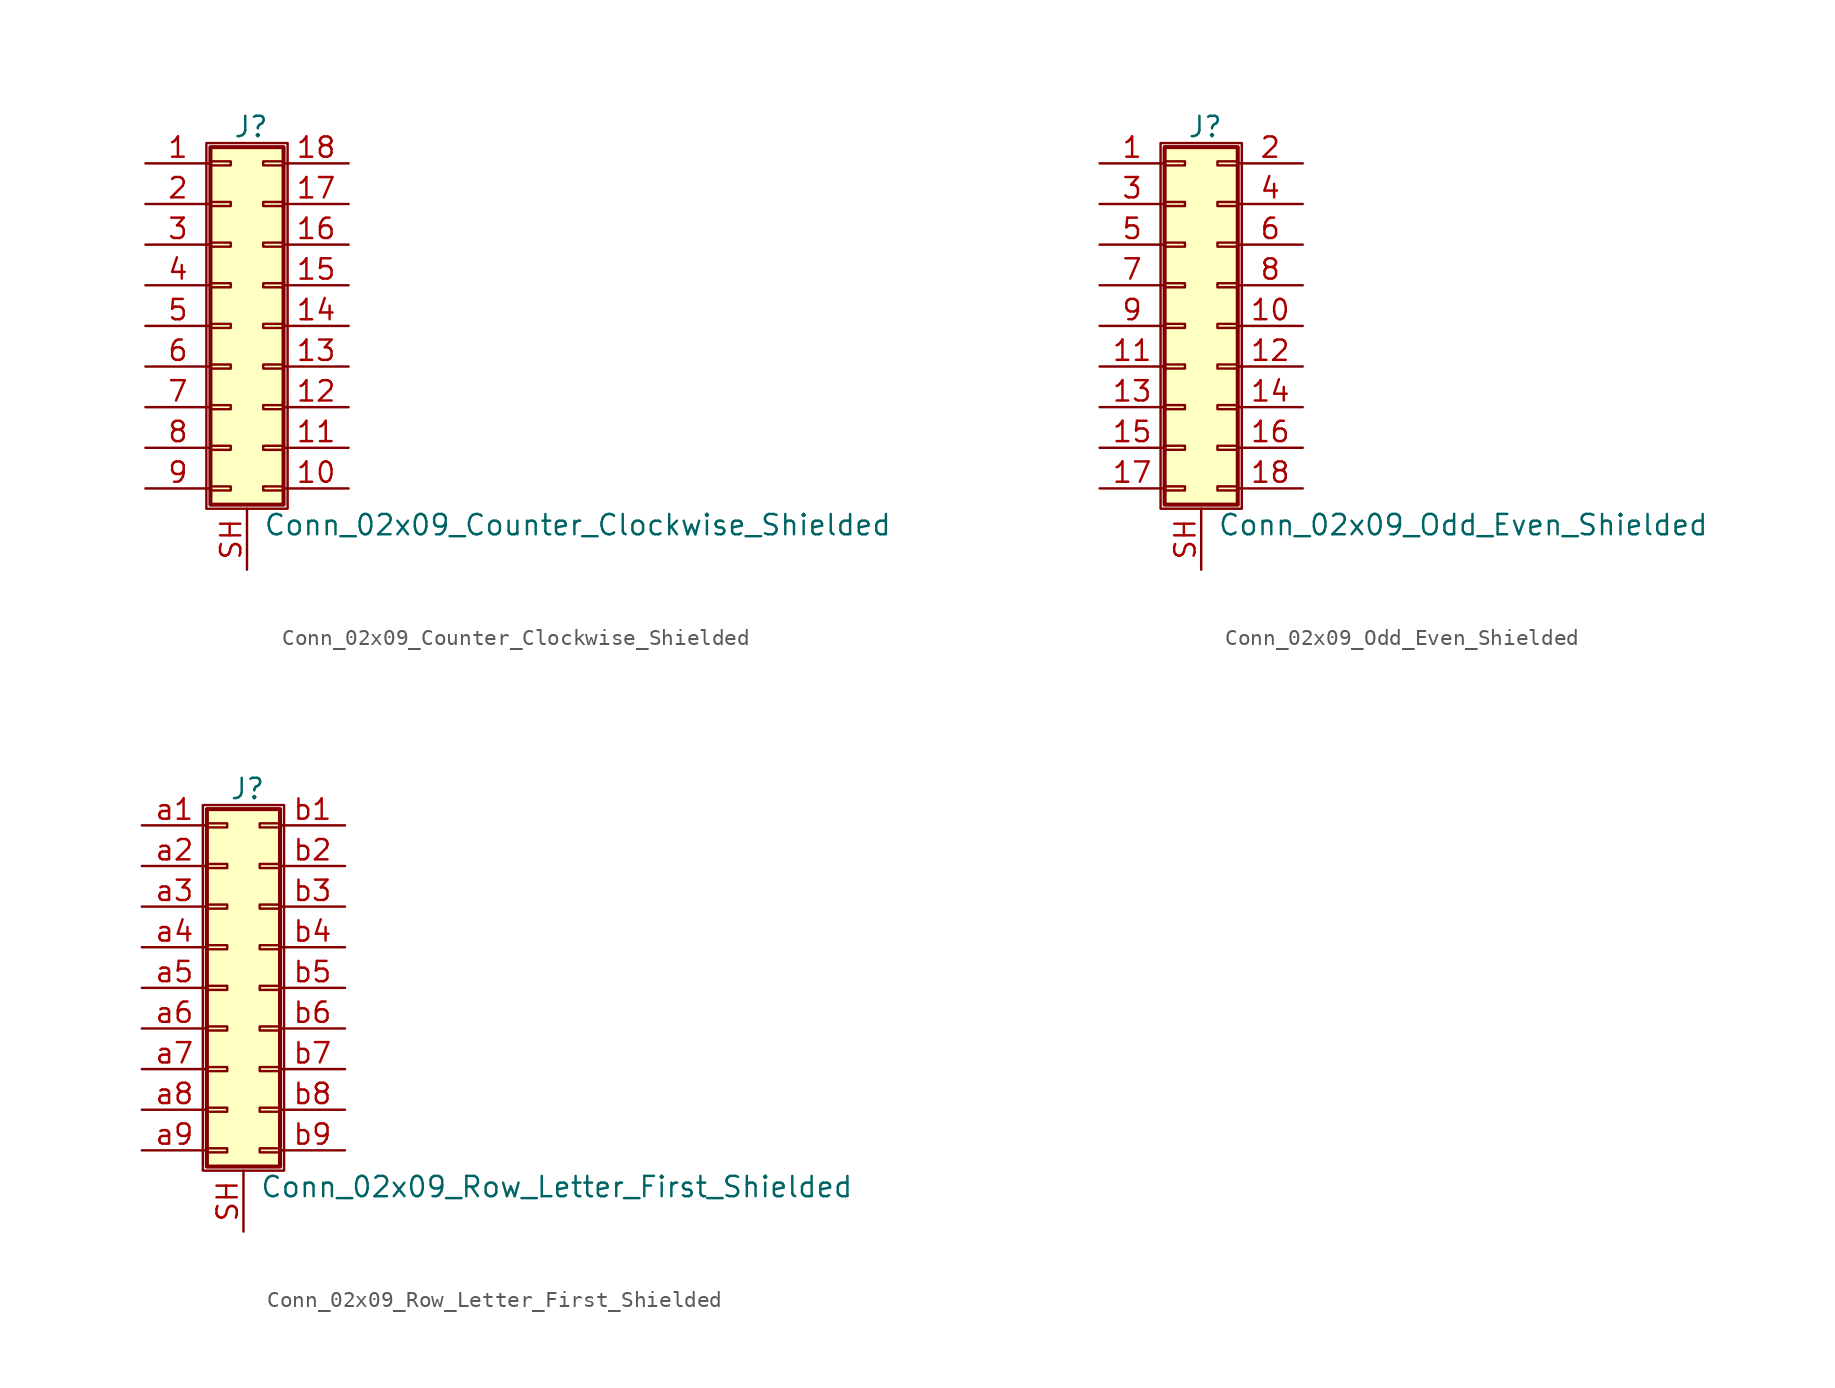
<source format=kicad_sym>
(kicad_symbol_lib
  (version 20201005)
  (generator kicad_symbol_editor)
  (symbol "Conn_02x09_Counter_Clockwise_Shielded"
    (pin_names
      (offset 1.016) hide)
    (property "Reference" "J"
      (at 1.524 12.446 0)
      (effects (font (size 1.27 1.27))))
    (property "Value" "Conn_02x09_Counter_Clockwise_Shielded"
      (at 2.286 -12.446 0)
      (effects (font (size 1.27 1.27)) (justify left)))
    (symbol "Conn_02x09_Counter_Clockwise_Shielded_1_1"
      (rectangle (start -1.27 11.43) (end 3.81 -11.43) (stroke (width 0.152)) (fill (type none)))
      (rectangle (start -1.016 -10.033) (end 0.254 -10.287) (stroke (width 0.152)) (fill (type none)))
      (rectangle (start -1.016 -7.493) (end 0.254 -7.747) (stroke (width 0.152)) (fill (type none)))
      (rectangle (start -1.016 -4.953) (end 0.254 -5.207) (stroke (width 0.152)) (fill (type none)))
      (rectangle (start -1.016 -2.413) (end 0.254 -2.667) (stroke (width 0.152)) (fill (type none)))
      (rectangle (start -1.016 0.127) (end 0.254 -0.127) (stroke (width 0.152)) (fill (type none)))
      (rectangle (start -1.016 2.667) (end 0.254 2.413) (stroke (width 0.152)) (fill (type none)))
      (rectangle (start -1.016 5.207) (end 0.254 4.953) (stroke (width 0.152)) (fill (type none)))
      (rectangle (start -1.016 7.747) (end 0.254 7.493) (stroke (width 0.152)) (fill (type none)))
      (rectangle (start -1.016 10.287) (end 0.254 10.033) (stroke (width 0.152)) (fill (type none)))
      (rectangle (start 3.556 -10.033) (end 2.286 -10.287) (stroke (width 0.152)) (fill (type none)))
      (rectangle (start 3.556 -7.493) (end 2.286 -7.747) (stroke (width 0.152)) (fill (type none)))
      (rectangle (start 3.556 -4.953) (end 2.286 -5.207) (stroke (width 0.152)) (fill (type none)))
      (rectangle (start 3.556 -2.413) (end 2.286 -2.667) (stroke (width 0.152)) (fill (type none)))
      (rectangle (start 3.556 0.127) (end 2.286 -0.127) (stroke (width 0.152)) (fill (type none)))
      (rectangle (start 3.556 2.667) (end 2.286 2.413) (stroke (width 0.152)) (fill (type none)))
      (rectangle (start 3.556 5.207) (end 2.286 4.953) (stroke (width 0.152)) (fill (type none)))
      (rectangle (start 3.556 7.747) (end 2.286 7.493) (stroke (width 0.152)) (fill (type none)))
      (rectangle (start 3.556 10.287) (end 2.286 10.033) (stroke (width 0.152)) (fill (type none)))
      (rectangle (start -1.016 11.176) (end 3.556 -11.176) (stroke (width 0.254)) (fill (type background)))
      (pin passive line (at -5.08 10.16 0) (length 4.064) (name "Pin_1" (effects (font (size 1.27 1.27)))) (number "1" (effects (font (size 1.27 1.27)))))
      (pin passive line (at 7.62 -10.16 180) (length 4.064) (name "Pin_10" (effects (font (size 1.27 1.27)))) (number "10" (effects (font (size 1.27 1.27)))))
      (pin passive line (at 7.62 -7.62 180) (length 4.064) (name "Pin_11" (effects (font (size 1.27 1.27)))) (number "11" (effects (font (size 1.27 1.27)))))
      (pin passive line (at 7.62 -5.08 180) (length 4.064) (name "Pin_12" (effects (font (size 1.27 1.27)))) (number "12" (effects (font (size 1.27 1.27)))))
      (pin passive line (at 7.62 -2.54 180) (length 4.064) (name "Pin_13" (effects (font (size 1.27 1.27)))) (number "13" (effects (font (size 1.27 1.27)))))
      (pin passive line (at 7.62 0 180) (length 4.064) (name "Pin_14" (effects (font (size 1.27 1.27)))) (number "14" (effects (font (size 1.27 1.27)))))
      (pin passive line (at 7.62 2.54 180) (length 4.064) (name "Pin_15" (effects (font (size 1.27 1.27)))) (number "15" (effects (font (size 1.27 1.27)))))
      (pin passive line (at 7.62 5.08 180) (length 4.064) (name "Pin_16" (effects (font (size 1.27 1.27)))) (number "16" (effects (font (size 1.27 1.27)))))
      (pin passive line (at 7.62 7.62 180) (length 4.064) (name "Pin_17" (effects (font (size 1.27 1.27)))) (number "17" (effects (font (size 1.27 1.27)))))
      (pin passive line (at 7.62 10.16 180) (length 4.064) (name "Pin_18" (effects (font (size 1.27 1.27)))) (number "18" (effects (font (size 1.27 1.27)))))
      (pin passive line (at -5.08 7.62 0) (length 4.064) (name "Pin_2" (effects (font (size 1.27 1.27)))) (number "2" (effects (font (size 1.27 1.27)))))
      (pin passive line (at -5.08 5.08 0) (length 4.064) (name "Pin_3" (effects (font (size 1.27 1.27)))) (number "3" (effects (font (size 1.27 1.27)))))
      (pin passive line (at -5.08 2.54 0) (length 4.064) (name "Pin_4" (effects (font (size 1.27 1.27)))) (number "4" (effects (font (size 1.27 1.27)))))
      (pin passive line (at -5.08 0 0) (length 4.064) (name "Pin_5" (effects (font (size 1.27 1.27)))) (number "5" (effects (font (size 1.27 1.27)))))
      (pin passive line (at -5.08 -2.54 0) (length 4.064) (name "Pin_6" (effects (font (size 1.27 1.27)))) (number "6" (effects (font (size 1.27 1.27)))))
      (pin passive line (at -5.08 -5.08 0) (length 4.064) (name "Pin_7" (effects (font (size 1.27 1.27)))) (number "7" (effects (font (size 1.27 1.27)))))
      (pin passive line (at -5.08 -7.62 0) (length 4.064) (name "Pin_8" (effects (font (size 1.27 1.27)))) (number "8" (effects (font (size 1.27 1.27)))))
      (pin passive line (at -5.08 -10.16 0) (length 4.064) (name "Pin_9" (effects (font (size 1.27 1.27)))) (number "9" (effects (font (size 1.27 1.27)))))
      (pin passive line (at 1.27 -15.24 90) (length 3.81) (name "Shield" (effects (font (size 1.27 1.27)))) (number "SH" (effects (font (size 1.27 1.27)))))))
  (symbol "Conn_02x09_Odd_Even_Shielded"
    (pin_names
      (offset 1.016) hide)
    (property "Reference" "J"
      (at 1.524 12.446 0)
      (effects (font (size 1.27 1.27))))
    (property "Value" "Conn_02x09_Odd_Even_Shielded"
      (at 2.286 -12.446 0)
      (effects (font (size 1.27 1.27)) (justify left)))
    (symbol "Conn_02x09_Odd_Even_Shielded_1_1"
      (rectangle (start -1.27 11.43) (end 3.81 -11.43) (stroke (width 0.152)) (fill (type none)))
      (rectangle (start -1.016 -10.033) (end 0.254 -10.287) (stroke (width 0.152)) (fill (type none)))
      (rectangle (start -1.016 -7.493) (end 0.254 -7.747) (stroke (width 0.152)) (fill (type none)))
      (rectangle (start -1.016 -4.953) (end 0.254 -5.207) (stroke (width 0.152)) (fill (type none)))
      (rectangle (start -1.016 -2.413) (end 0.254 -2.667) (stroke (width 0.152)) (fill (type none)))
      (rectangle (start -1.016 0.127) (end 0.254 -0.127) (stroke (width 0.152)) (fill (type none)))
      (rectangle (start -1.016 2.667) (end 0.254 2.413) (stroke (width 0.152)) (fill (type none)))
      (rectangle (start -1.016 5.207) (end 0.254 4.953) (stroke (width 0.152)) (fill (type none)))
      (rectangle (start -1.016 7.747) (end 0.254 7.493) (stroke (width 0.152)) (fill (type none)))
      (rectangle (start -1.016 10.287) (end 0.254 10.033) (stroke (width 0.152)) (fill (type none)))
      (rectangle (start 3.556 -10.033) (end 2.286 -10.287) (stroke (width 0.152)) (fill (type none)))
      (rectangle (start 3.556 -7.493) (end 2.286 -7.747) (stroke (width 0.152)) (fill (type none)))
      (rectangle (start 3.556 -4.953) (end 2.286 -5.207) (stroke (width 0.152)) (fill (type none)))
      (rectangle (start 3.556 -2.413) (end 2.286 -2.667) (stroke (width 0.152)) (fill (type none)))
      (rectangle (start 3.556 0.127) (end 2.286 -0.127) (stroke (width 0.152)) (fill (type none)))
      (rectangle (start 3.556 2.667) (end 2.286 2.413) (stroke (width 0.152)) (fill (type none)))
      (rectangle (start 3.556 5.207) (end 2.286 4.953) (stroke (width 0.152)) (fill (type none)))
      (rectangle (start 3.556 7.747) (end 2.286 7.493) (stroke (width 0.152)) (fill (type none)))
      (rectangle (start 3.556 10.287) (end 2.286 10.033) (stroke (width 0.152)) (fill (type none)))
      (rectangle (start -1.016 11.176) (end 3.556 -11.176) (stroke (width 0.254)) (fill (type background)))
      (pin passive line (at -5.08 10.16 0) (length 4.064) (name "Pin_1" (effects (font (size 1.27 1.27)))) (number "1" (effects (font (size 1.27 1.27)))))
      (pin passive line (at 7.62 0 180) (length 4.064) (name "Pin_10" (effects (font (size 1.27 1.27)))) (number "10" (effects (font (size 1.27 1.27)))))
      (pin passive line (at -5.08 -2.54 0) (length 4.064) (name "Pin_11" (effects (font (size 1.27 1.27)))) (number "11" (effects (font (size 1.27 1.27)))))
      (pin passive line (at 7.62 -2.54 180) (length 4.064) (name "Pin_12" (effects (font (size 1.27 1.27)))) (number "12" (effects (font (size 1.27 1.27)))))
      (pin passive line (at -5.08 -5.08 0) (length 4.064) (name "Pin_13" (effects (font (size 1.27 1.27)))) (number "13" (effects (font (size 1.27 1.27)))))
      (pin passive line (at 7.62 -5.08 180) (length 4.064) (name "Pin_14" (effects (font (size 1.27 1.27)))) (number "14" (effects (font (size 1.27 1.27)))))
      (pin passive line (at -5.08 -7.62 0) (length 4.064) (name "Pin_15" (effects (font (size 1.27 1.27)))) (number "15" (effects (font (size 1.27 1.27)))))
      (pin passive line (at 7.62 -7.62 180) (length 4.064) (name "Pin_16" (effects (font (size 1.27 1.27)))) (number "16" (effects (font (size 1.27 1.27)))))
      (pin passive line (at -5.08 -10.16 0) (length 4.064) (name "Pin_17" (effects (font (size 1.27 1.27)))) (number "17" (effects (font (size 1.27 1.27)))))
      (pin passive line (at 7.62 -10.16 180) (length 4.064) (name "Pin_18" (effects (font (size 1.27 1.27)))) (number "18" (effects (font (size 1.27 1.27)))))
      (pin passive line (at 7.62 10.16 180) (length 4.064) (name "Pin_2" (effects (font (size 1.27 1.27)))) (number "2" (effects (font (size 1.27 1.27)))))
      (pin passive line (at -5.08 7.62 0) (length 4.064) (name "Pin_3" (effects (font (size 1.27 1.27)))) (number "3" (effects (font (size 1.27 1.27)))))
      (pin passive line (at 7.62 7.62 180) (length 4.064) (name "Pin_4" (effects (font (size 1.27 1.27)))) (number "4" (effects (font (size 1.27 1.27)))))
      (pin passive line (at -5.08 5.08 0) (length 4.064) (name "Pin_5" (effects (font (size 1.27 1.27)))) (number "5" (effects (font (size 1.27 1.27)))))
      (pin passive line (at 7.62 5.08 180) (length 4.064) (name "Pin_6" (effects (font (size 1.27 1.27)))) (number "6" (effects (font (size 1.27 1.27)))))
      (pin passive line (at -5.08 2.54 0) (length 4.064) (name "Pin_7" (effects (font (size 1.27 1.27)))) (number "7" (effects (font (size 1.27 1.27)))))
      (pin passive line (at 7.62 2.54 180) (length 4.064) (name "Pin_8" (effects (font (size 1.27 1.27)))) (number "8" (effects (font (size 1.27 1.27)))))
      (pin passive line (at -5.08 0 0) (length 4.064) (name "Pin_9" (effects (font (size 1.27 1.27)))) (number "9" (effects (font (size 1.27 1.27)))))
      (pin passive line (at 1.27 -15.24 90) (length 3.81) (name "Shield" (effects (font (size 1.27 1.27)))) (number "SH" (effects (font (size 1.27 1.27)))))))
  (symbol "Conn_02x09_Row_Letter_First_Shielded"
    (pin_names
      (offset 1.016) hide)
    (property "Reference" "J"
      (at 1.524 12.446 0)
      (effects (font (size 1.27 1.27))))
    (property "Value" "Conn_02x09_Row_Letter_First_Shielded"
      (at 2.286 -12.446 0)
      (effects (font (size 1.27 1.27)) (justify left)))
    (symbol "Conn_02x09_Row_Letter_First_Shielded_1_1"
      (rectangle (start -1.27 11.43) (end 3.81 -11.43) (stroke (width 0.152)) (fill (type none)))
      (rectangle (start -1.016 -10.033) (end 0.254 -10.287) (stroke (width 0.152)) (fill (type none)))
      (rectangle (start -1.016 -7.493) (end 0.254 -7.747) (stroke (width 0.152)) (fill (type none)))
      (rectangle (start -1.016 -4.953) (end 0.254 -5.207) (stroke (width 0.152)) (fill (type none)))
      (rectangle (start -1.016 -2.413) (end 0.254 -2.667) (stroke (width 0.152)) (fill (type none)))
      (rectangle (start -1.016 0.127) (end 0.254 -0.127) (stroke (width 0.152)) (fill (type none)))
      (rectangle (start -1.016 2.667) (end 0.254 2.413) (stroke (width 0.152)) (fill (type none)))
      (rectangle (start -1.016 5.207) (end 0.254 4.953) (stroke (width 0.152)) (fill (type none)))
      (rectangle (start -1.016 7.747) (end 0.254 7.493) (stroke (width 0.152)) (fill (type none)))
      (rectangle (start -1.016 10.287) (end 0.254 10.033) (stroke (width 0.152)) (fill (type none)))
      (rectangle (start 3.556 -10.033) (end 2.286 -10.287) (stroke (width 0.152)) (fill (type none)))
      (rectangle (start 3.556 -7.493) (end 2.286 -7.747) (stroke (width 0.152)) (fill (type none)))
      (rectangle (start 3.556 -4.953) (end 2.286 -5.207) (stroke (width 0.152)) (fill (type none)))
      (rectangle (start 3.556 -2.413) (end 2.286 -2.667) (stroke (width 0.152)) (fill (type none)))
      (rectangle (start 3.556 0.127) (end 2.286 -0.127) (stroke (width 0.152)) (fill (type none)))
      (rectangle (start 3.556 2.667) (end 2.286 2.413) (stroke (width 0.152)) (fill (type none)))
      (rectangle (start 3.556 5.207) (end 2.286 4.953) (stroke (width 0.152)) (fill (type none)))
      (rectangle (start 3.556 7.747) (end 2.286 7.493) (stroke (width 0.152)) (fill (type none)))
      (rectangle (start 3.556 10.287) (end 2.286 10.033) (stroke (width 0.152)) (fill (type none)))
      (rectangle (start -1.016 11.176) (end 3.556 -11.176) (stroke (width 0.254)) (fill (type background)))
      (pin passive line (at 1.27 -15.24 90) (length 3.81) (name "Shield" (effects (font (size 1.27 1.27)))) (number "SH" (effects (font (size 1.27 1.27)))))
      (pin passive line (at -5.08 10.16 0) (length 4.064) (name "Pin_a1" (effects (font (size 1.27 1.27)))) (number "a1" (effects (font (size 1.27 1.27)))))
      (pin passive line (at -5.08 7.62 0) (length 4.064) (name "Pin_a2" (effects (font (size 1.27 1.27)))) (number "a2" (effects (font (size 1.27 1.27)))))
      (pin passive line (at -5.08 5.08 0) (length 4.064) (name "Pin_a3" (effects (font (size 1.27 1.27)))) (number "a3" (effects (font (size 1.27 1.27)))))
      (pin passive line (at -5.08 2.54 0) (length 4.064) (name "Pin_a4" (effects (font (size 1.27 1.27)))) (number "a4" (effects (font (size 1.27 1.27)))))
      (pin passive line (at -5.08 0 0) (length 4.064) (name "Pin_a5" (effects (font (size 1.27 1.27)))) (number "a5" (effects (font (size 1.27 1.27)))))
      (pin passive line (at -5.08 -2.54 0) (length 4.064) (name "Pin_a6" (effects (font (size 1.27 1.27)))) (number "a6" (effects (font (size 1.27 1.27)))))
      (pin passive line (at -5.08 -5.08 0) (length 4.064) (name "Pin_a7" (effects (font (size 1.27 1.27)))) (number "a7" (effects (font (size 1.27 1.27)))))
      (pin passive line (at -5.08 -7.62 0) (length 4.064) (name "Pin_a8" (effects (font (size 1.27 1.27)))) (number "a8" (effects (font (size 1.27 1.27)))))
      (pin passive line (at -5.08 -10.16 0) (length 4.064) (name "Pin_a9" (effects (font (size 1.27 1.27)))) (number "a9" (effects (font (size 1.27 1.27)))))
      (pin passive line (at 7.62 10.16 180) (length 4.064) (name "Pin_b1" (effects (font (size 1.27 1.27)))) (number "b1" (effects (font (size 1.27 1.27)))))
      (pin passive line (at 7.62 7.62 180) (length 4.064) (name "Pin_b2" (effects (font (size 1.27 1.27)))) (number "b2" (effects (font (size 1.27 1.27)))))
      (pin passive line (at 7.62 5.08 180) (length 4.064) (name "Pin_b3" (effects (font (size 1.27 1.27)))) (number "b3" (effects (font (size 1.27 1.27)))))
      (pin passive line (at 7.62 2.54 180) (length 4.064) (name "Pin_b4" (effects (font (size 1.27 1.27)))) (number "b4" (effects (font (size 1.27 1.27)))))
      (pin passive line (at 7.62 0 180) (length 4.064) (name "Pin_b5" (effects (font (size 1.27 1.27)))) (number "b5" (effects (font (size 1.27 1.27)))))
      (pin passive line (at 7.62 -2.54 180) (length 4.064) (name "Pin_b6" (effects (font (size 1.27 1.27)))) (number "b6" (effects (font (size 1.27 1.27)))))
      (pin passive line (at 7.62 -5.08 180) (length 4.064) (name "Pin_b7" (effects (font (size 1.27 1.27)))) (number "b7" (effects (font (size 1.27 1.27)))))
      (pin passive line (at 7.62 -7.62 180) (length 4.064) (name "Pin_b8" (effects (font (size 1.27 1.27)))) (number "b8" (effects (font (size 1.27 1.27)))))
      (pin passive line (at 7.62 -10.16 180) (length 4.064) (name "Pin_b9" (effects (font (size 1.27 1.27)))) (number "b9" (effects (font (size 1.27 1.27))))))))
</source>
